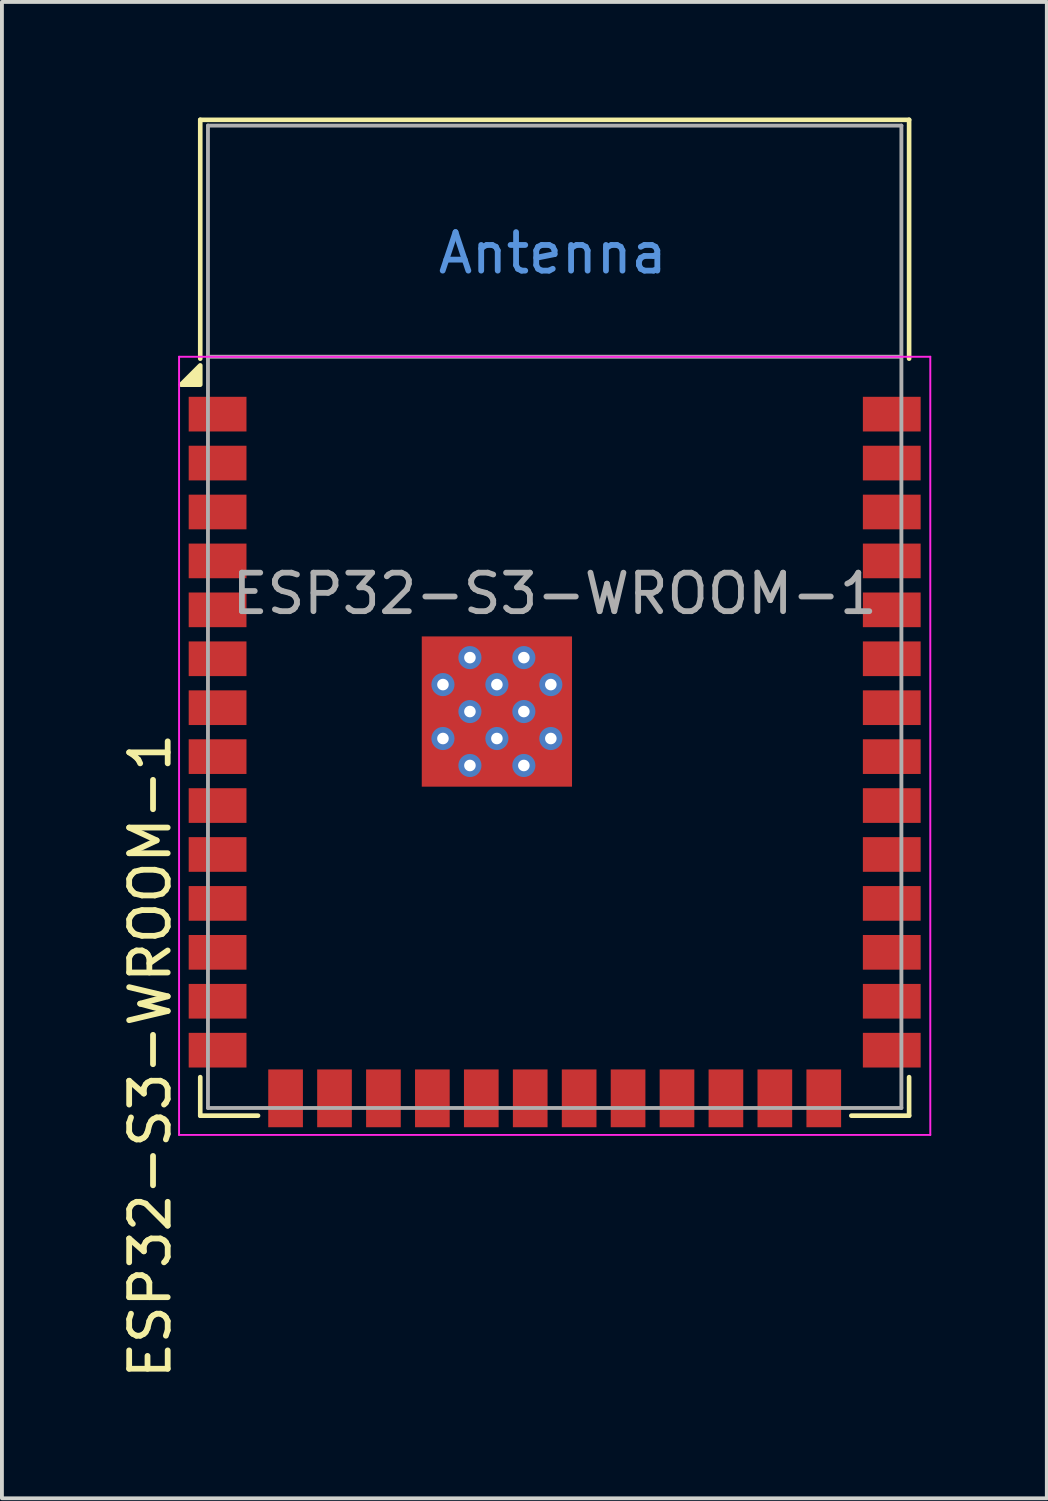
<source format=kicad_pcb>
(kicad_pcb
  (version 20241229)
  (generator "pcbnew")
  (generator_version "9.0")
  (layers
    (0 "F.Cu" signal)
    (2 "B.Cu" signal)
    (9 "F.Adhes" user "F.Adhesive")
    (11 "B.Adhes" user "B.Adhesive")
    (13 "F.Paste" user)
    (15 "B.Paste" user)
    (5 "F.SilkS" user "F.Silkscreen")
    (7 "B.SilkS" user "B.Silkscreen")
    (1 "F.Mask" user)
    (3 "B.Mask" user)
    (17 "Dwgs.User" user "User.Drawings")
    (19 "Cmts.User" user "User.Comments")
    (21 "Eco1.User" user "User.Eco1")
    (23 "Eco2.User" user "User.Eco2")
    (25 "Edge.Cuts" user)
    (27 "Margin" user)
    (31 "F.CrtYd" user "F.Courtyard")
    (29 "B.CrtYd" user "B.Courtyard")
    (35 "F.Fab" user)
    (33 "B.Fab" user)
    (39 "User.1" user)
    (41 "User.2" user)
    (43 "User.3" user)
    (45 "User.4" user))
  (footprint "ESP32-S3-WROOM-1"
    (layer "F.Cu")
    (at 11.348 12.96)
    (property "Reference" "ESP32-S3-WROOM-1" (at -10.5 11.4 90) (unlocked yes) (layer "F.SilkS") (effects (font (size 1 1) (thickness 0.15))))
    (attr smd)
    (fp_line (start -9.2 -12.9) (end -9.2 -6.7) (stroke (width 0.12) (type solid)) (layer "F.SilkS"))
    (fp_line (start -9.2 -12.9) (end 9.2 -12.9) (stroke (width 0.12) (type solid)) (layer "F.SilkS"))
    (fp_line (start -9.2 11.95) (end -9.2 12.95) (stroke (width 0.12) (type solid)) (layer "F.SilkS"))
    (fp_line (start -9.2 12.95) (end -7.7 12.95) (stroke (width 0.12) (type solid)) (layer "F.SilkS"))
    (fp_line (start 9.2 -12.9) (end 9.2 -6.7) (stroke (width 0.12) (type solid)) (layer "F.SilkS"))
    (fp_line (start 9.2 12.95) (end 7.7 12.95) (stroke (width 0.12) (type solid)) (layer "F.SilkS"))
    (fp_line (start 9.2 12.95) (end 9.2 11.95) (stroke (width 0.12) (type solid)) (layer "F.SilkS"))
    (fp_poly (pts (xy -9.2 -6.025) (xy -9.7 -6.025) (xy -9.2 -6.525) (xy -9.2 -6.025)) (stroke (width 0.12) (type solid)) (fill yes) (layer "F.SilkS"))
    (fp_line (start -9.75 13.45) (end -9.75 -6.75) (stroke (width 0.05) (type solid)) (layer "F.CrtYd"))
    (fp_line (start -9.75 13.45) (end 9.75 13.45) (stroke (width 0.05) (type solid)) (layer "F.CrtYd"))
    (fp_line (start 9.75 -6.75) (end -9.75 -6.75) (stroke (width 0.05) (type default)) (layer "F.CrtYd"))
    (fp_line (start 9.75 -6.75) (end 9.75 13.45) (stroke (width 0.05) (type solid)) (layer "F.CrtYd"))
    (fp_line (start -9 -12.75) (end 9 -12.75) (stroke (width 0.1) (type solid)) (layer "F.Fab"))
    (fp_line (start -9 -6.75) (end 9 -6.75) (stroke (width 0.1) (type solid)) (layer "F.Fab"))
    (fp_line (start -9 12.75) (end -9 -12.75) (stroke (width 0.1) (type solid)) (layer "F.Fab"))
    (fp_line (start -9 12.75) (end 9 12.75) (stroke (width 0.1) (type solid)) (layer "F.Fab"))
    (fp_line (start 9 12.75) (end 9 -12.75) (stroke (width 0.1) (type solid)) (layer "F.Fab"))
    (fp_text user "Antenna" (at -0.05 -9.44 0) (layer "Cmts.User") (effects (font (size 1 1) (thickness 0.15))))
    (fp_text user "${REFERENCE}" (at 0 -0.6 0) (unlocked yes) (layer "F.Fab") (effects (font (size 1 1) (thickness 0.15))))
    (pad "" smd rect (at -2.9 1.06) (size 0.9 0.9) (layers "F.Paste"))
    (pad "" smd rect (at -2.9 2.46 270) (size 0.9 0.9) (layers "F.Paste"))
    (pad "" smd rect (at -2.9 3.86) (size 0.9 0.9) (layers "F.Paste"))
    (pad "" smd rect (at -1.5 1.06 270) (size 0.9 0.9) (layers "F.Paste"))
    (pad "" smd rect (at -1.5 2.46 270) (size 0.9 0.9) (layers "F.Paste"))
    (pad "" smd rect (at -1.5 3.86 270) (size 0.9 0.9) (layers "F.Paste"))
    (pad "" smd rect (at -0.1 1.06 270) (size 0.9 0.9) (layers "F.Paste"))
    (pad "" smd rect (at -0.1 2.46 270) (size 0.9 0.9) (layers "F.Paste"))
    (pad "" smd rect (at -0.1 3.86 270) (size 0.9 0.9) (layers "F.Paste"))
    (pad "1" smd rect (at -8.75 -5.26) (size 1.5 0.9) (layers "F.Cu" "F.Mask" "F.Paste"))
    (pad "2" smd rect (at -8.75 -3.99) (size 1.5 0.9) (layers "F.Cu" "F.Mask" "F.Paste"))
    (pad "3" smd rect (at -8.75 -2.72) (size 1.5 0.9) (layers "F.Cu" "F.Mask" "F.Paste"))
    (pad "4" smd rect (at -8.75 -1.45) (size 1.5 0.9) (layers "F.Cu" "F.Mask" "F.Paste"))
    (pad "5" smd rect (at -8.75 -0.18) (size 1.5 0.9) (layers "F.Cu" "F.Mask" "F.Paste"))
    (pad "6" smd rect (at -8.75 1.09) (size 1.5 0.9) (layers "F.Cu" "F.Mask" "F.Paste"))
    (pad "7" smd rect (at -8.75 2.36) (size 1.5 0.9) (layers "F.Cu" "F.Mask" "F.Paste"))
    (pad "8" smd rect (at -8.75 3.63) (size 1.5 0.9) (layers "F.Cu" "F.Mask" "F.Paste"))
    (pad "9" smd rect (at -8.75 4.9) (size 1.5 0.9) (layers "F.Cu" "F.Mask" "F.Paste"))
    (pad "10" smd rect (at -8.75 6.17) (size 1.5 0.9) (layers "F.Cu" "F.Mask" "F.Paste"))
    (pad "11" smd rect (at -8.75 7.44) (size 1.5 0.9) (layers "F.Cu" "F.Mask" "F.Paste"))
    (pad "12" smd rect (at -8.75 8.71) (size 1.5 0.9) (layers "F.Cu" "F.Mask" "F.Paste"))
    (pad "13" smd rect (at -8.75 9.98) (size 1.5 0.9) (layers "F.Cu" "F.Mask" "F.Paste"))
    (pad "14" smd rect (at -8.75 11.25 180) (size 1.5 0.9) (layers "F.Cu" "F.Mask" "F.Paste"))
    (pad "15" smd rect (at -6.985 12.5 270) (size 1.5 0.9) (layers "F.Cu" "F.Mask" "F.Paste"))
    (pad "16" smd rect (at -5.715 12.5 270) (size 1.5 0.9) (layers "F.Cu" "F.Mask" "F.Paste"))
    (pad "17" smd rect (at -4.445 12.5 270) (size 1.5 0.9) (layers "F.Cu" "F.Mask" "F.Paste"))
    (pad "18" smd rect (at -3.175 12.5 270) (size 1.5 0.9) (layers "F.Cu" "F.Mask" "F.Paste"))
    (pad "19" smd rect (at -1.905 12.5 270) (size 1.5 0.9) (layers "F.Cu" "F.Mask" "F.Paste"))
    (pad "20" smd rect (at -0.635 12.5 270) (size 1.5 0.9) (layers "F.Cu" "F.Mask" "F.Paste"))
    (pad "21" smd rect (at 0.635 12.5 270) (size 1.5 0.9) (layers "F.Cu" "F.Mask" "F.Paste"))
    (pad "22" smd rect (at 1.905 12.5 270) (size 1.5 0.9) (layers "F.Cu" "F.Mask" "F.Paste"))
    (pad "23" smd rect (at 3.175 12.5 270) (size 1.5 0.9) (layers "F.Cu" "F.Mask" "F.Paste"))
    (pad "24" smd rect (at 4.445 12.5 270) (size 1.5 0.9) (layers "F.Cu" "F.Mask" "F.Paste"))
    (pad "25" smd rect (at 5.715 12.5 270) (size 1.5 0.9) (layers "F.Cu" "F.Mask" "F.Paste"))
    (pad "26" smd rect (at 6.985 12.5 270) (size 1.5 0.9) (layers "F.Cu" "F.Mask" "F.Paste"))
    (pad "27" smd rect (at 8.75 11.25) (size 1.5 0.9) (layers "F.Cu" "F.Mask" "F.Paste"))
    (pad "28" smd rect (at 8.75 9.98) (size 1.5 0.9) (layers "F.Cu" "F.Mask" "F.Paste"))
    (pad "29" smd rect (at 8.75 8.71) (size 1.5 0.9) (layers "F.Cu" "F.Mask" "F.Paste"))
    (pad "30" smd rect (at 8.75 7.44) (size 1.5 0.9) (layers "F.Cu" "F.Mask" "F.Paste"))
    (pad "31" smd rect (at 8.75 6.17) (size 1.5 0.9) (layers "F.Cu" "F.Mask" "F.Paste"))
    (pad "32" smd rect (at 8.75 4.9) (size 1.5 0.9) (layers "F.Cu" "F.Mask" "F.Paste"))
    (pad "33" smd rect (at 8.75 3.63) (size 1.5 0.9) (layers "F.Cu" "F.Mask" "F.Paste"))
    (pad "34" smd rect (at 8.75 2.36) (size 1.5 0.9) (layers "F.Cu" "F.Mask" "F.Paste"))
    (pad "35" smd rect (at 8.75 1.09) (size 1.5 0.9) (layers "F.Cu" "F.Mask" "F.Paste"))
    (pad "36" smd rect (at 8.75 -0.18) (size 1.5 0.9) (layers "F.Cu" "F.Mask" "F.Paste"))
    (pad "37" smd rect (at 8.75 -1.45) (size 1.5 0.9) (layers "F.Cu" "F.Mask" "F.Paste"))
    (pad "38" smd rect (at 8.75 -2.72) (size 1.5 0.9) (layers "F.Cu" "F.Mask" "F.Paste"))
    (pad "39" smd rect (at 8.75 -3.99) (size 1.5 0.9) (layers "F.Cu" "F.Mask" "F.Paste"))
    (pad "40" smd rect (at 8.75 -5.26) (size 1.5 0.9) (layers "F.Cu" "F.Mask" "F.Paste"))
    (pad "41" thru_hole circle (at -2.9 1.76 90) (size 0.6 0.6) (drill 0.3) (property pad_prop_heatsink) (layers "*.Cu" "F.Mask"))
    (pad "41" thru_hole circle (at -2.9 3.16) (size 0.6 0.6) (drill 0.3) (property pad_prop_heatsink) (layers "*.Cu" "F.Mask"))
    (pad "41" thru_hole circle (at -2.2 1.06) (size 0.6 0.6) (drill 0.3) (property pad_prop_heatsink) (layers "*.Cu" "F.Mask"))
    (pad "41" thru_hole circle (at -2.2 2.46) (size 0.6 0.6) (drill 0.3) (property pad_prop_heatsink) (layers "*.Cu" "F.Mask"))
    (pad "41" thru_hole circle (at -2.2 3.86) (size 0.6 0.6) (drill 0.3) (property pad_prop_heatsink) (layers "*.Cu" "F.Mask"))
    (pad "41" thru_hole circle (at -1.5 1.76) (size 0.6 0.6) (drill 0.3) (property pad_prop_heatsink) (layers "*.Cu" "F.Mask"))
    (pad "41" smd rect (at -1.5 2.46 270) (size 3.9 3.9) (property pad_prop_heatsink) (layers "F.Cu" "F.Mask"))
    (pad "41" thru_hole circle (at -1.5 3.16) (size 0.6 0.6) (drill 0.3) (property pad_prop_heatsink) (layers "*.Cu" "F.Mask"))
    (pad "41" thru_hole circle (at -0.8 1.06) (size 0.6 0.6) (drill 0.3) (property pad_prop_heatsink) (layers "*.Cu" "F.Mask"))
    (pad "41" thru_hole circle (at -0.8 2.46) (size 0.6 0.6) (drill 0.3) (property pad_prop_heatsink) (layers "*.Cu" "F.Mask"))
    (pad "41" thru_hole circle (at -0.8 3.86) (size 0.6 0.6) (drill 0.3) (property pad_prop_heatsink) (layers "*.Cu" "F.Mask"))
    (pad "41" thru_hole circle (at -0.1 1.76) (size 0.6 0.6) (drill 0.3) (property pad_prop_heatsink) (layers "*.Cu" "F.Mask"))
    (pad "41" thru_hole circle (at -0.1 3.16) (size 0.6 0.6) (drill 0.3) (property pad_prop_heatsink) (layers "*.Cu" "F.Mask")))
  (gr_rect
    (start -3 -3)
    (end 24.123 35.842)
    (stroke (width 0.1) (type default))
    (fill no)
    (layer "Edge.Cuts")))
</source>
